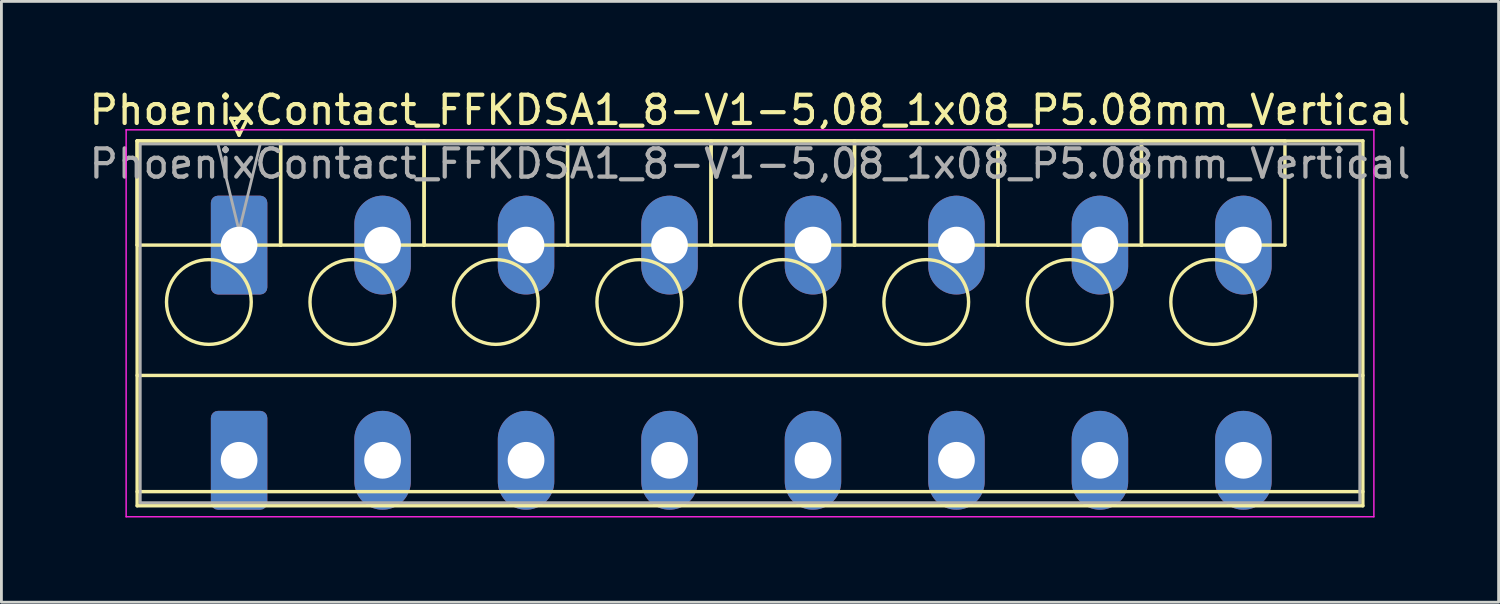
<source format=kicad_pcb>
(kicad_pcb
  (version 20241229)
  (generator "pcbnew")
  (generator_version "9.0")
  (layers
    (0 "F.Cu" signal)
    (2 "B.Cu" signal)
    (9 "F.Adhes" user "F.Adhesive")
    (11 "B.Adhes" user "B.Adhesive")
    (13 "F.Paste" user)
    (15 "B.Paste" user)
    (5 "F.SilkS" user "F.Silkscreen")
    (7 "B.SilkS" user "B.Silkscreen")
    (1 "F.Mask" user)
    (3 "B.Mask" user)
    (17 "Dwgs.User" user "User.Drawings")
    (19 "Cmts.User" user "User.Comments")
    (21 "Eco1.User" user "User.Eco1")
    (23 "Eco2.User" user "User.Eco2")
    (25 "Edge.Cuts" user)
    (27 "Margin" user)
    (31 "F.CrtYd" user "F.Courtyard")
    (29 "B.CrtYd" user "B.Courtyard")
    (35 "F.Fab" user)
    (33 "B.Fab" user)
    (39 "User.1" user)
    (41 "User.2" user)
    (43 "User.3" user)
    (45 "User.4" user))
  (footprint "PhoenixContact_FFKDSA1_8-V1-5,08_1x08_P5.08mm_Vertical"
    (layer "F.Cu")
    (at 5.416 5.628)
    (property "Reference" "PhoenixContact_FFKDSA1_8-V1-5,08_1x08_P5.08mm_Vertical" (at 18.09 -4.78 0) (layer "F.SilkS") (effects (font (size 1 1) (thickness 0.15))))
    (attr through_hole)
    (fp_line (start -3.61 -3.69) (end -3.61 0) (stroke (width 0.12) (type solid)) (layer "F.SilkS"))
    (fp_line (start -3.61 -3.69) (end -3.61 9.23) (stroke (width 0.12) (type solid)) (layer "F.SilkS"))
    (fp_line (start -3.61 0) (end 1.47 0) (stroke (width 0.12) (type solid)) (layer "F.SilkS"))
    (fp_line (start -3.61 4.615) (end 39.79 4.615) (stroke (width 0.12) (type solid)) (layer "F.SilkS"))
    (fp_line (start -3.61 8.73) (end 39.79 8.73) (stroke (width 0.12) (type solid)) (layer "F.SilkS"))
    (fp_line (start -3.61 9.23) (end 39.79 9.23) (stroke (width 0.12) (type solid)) (layer "F.SilkS"))
    (fp_line (start -0.3 -4.49) (end 0.3 -4.49) (stroke (width 0.12) (type solid)) (layer "F.SilkS"))
    (fp_line (start 0 -3.89) (end -0.3 -4.49) (stroke (width 0.12) (type solid)) (layer "F.SilkS"))
    (fp_line (start 0.3 -4.49) (end 0 -3.89) (stroke (width 0.12) (type solid)) (layer "F.SilkS"))
    (fp_line (start 1.47 -3.69) (end -3.61 -3.69) (stroke (width 0.12) (type solid)) (layer "F.SilkS"))
    (fp_line (start 1.47 -3.69) (end 1.47 0) (stroke (width 0.12) (type solid)) (layer "F.SilkS"))
    (fp_line (start 1.47 0) (end 1.47 -3.69) (stroke (width 0.12) (type solid)) (layer "F.SilkS"))
    (fp_line (start 1.47 0) (end 6.55 0) (stroke (width 0.12) (type solid)) (layer "F.SilkS"))
    (fp_line (start 6.55 -3.69) (end 1.47 -3.69) (stroke (width 0.12) (type solid)) (layer "F.SilkS"))
    (fp_line (start 6.55 -3.69) (end 6.55 0) (stroke (width 0.12) (type solid)) (layer "F.SilkS"))
    (fp_line (start 6.55 0) (end 6.55 -3.69) (stroke (width 0.12) (type solid)) (layer "F.SilkS"))
    (fp_line (start 6.55 0) (end 11.63 0) (stroke (width 0.12) (type solid)) (layer "F.SilkS"))
    (fp_line (start 11.63 -3.69) (end 6.55 -3.69) (stroke (width 0.12) (type solid)) (layer "F.SilkS"))
    (fp_line (start 11.63 -3.69) (end 11.63 0) (stroke (width 0.12) (type solid)) (layer "F.SilkS"))
    (fp_line (start 11.63 0) (end 11.63 -3.69) (stroke (width 0.12) (type solid)) (layer "F.SilkS"))
    (fp_line (start 11.63 0) (end 16.71 0) (stroke (width 0.12) (type solid)) (layer "F.SilkS"))
    (fp_line (start 16.71 -3.69) (end 11.63 -3.69) (stroke (width 0.12) (type solid)) (layer "F.SilkS"))
    (fp_line (start 16.71 -3.69) (end 16.71 0) (stroke (width 0.12) (type solid)) (layer "F.SilkS"))
    (fp_line (start 16.71 0) (end 16.71 -3.69) (stroke (width 0.12) (type solid)) (layer "F.SilkS"))
    (fp_line (start 16.71 0) (end 21.79 0) (stroke (width 0.12) (type solid)) (layer "F.SilkS"))
    (fp_line (start 21.79 -3.69) (end 16.71 -3.69) (stroke (width 0.12) (type solid)) (layer "F.SilkS"))
    (fp_line (start 21.79 -3.69) (end 21.79 0) (stroke (width 0.12) (type solid)) (layer "F.SilkS"))
    (fp_line (start 21.79 0) (end 21.79 -3.69) (stroke (width 0.12) (type solid)) (layer "F.SilkS"))
    (fp_line (start 21.79 0) (end 26.87 0) (stroke (width 0.12) (type solid)) (layer "F.SilkS"))
    (fp_line (start 26.87 -3.69) (end 21.79 -3.69) (stroke (width 0.12) (type solid)) (layer "F.SilkS"))
    (fp_line (start 26.87 -3.69) (end 26.87 0) (stroke (width 0.12) (type solid)) (layer "F.SilkS"))
    (fp_line (start 26.87 0) (end 26.87 -3.69) (stroke (width 0.12) (type solid)) (layer "F.SilkS"))
    (fp_line (start 26.87 0) (end 31.95 0) (stroke (width 0.12) (type solid)) (layer "F.SilkS"))
    (fp_line (start 31.95 -3.69) (end 26.87 -3.69) (stroke (width 0.12) (type solid)) (layer "F.SilkS"))
    (fp_line (start 31.95 -3.69) (end 31.95 0) (stroke (width 0.12) (type solid)) (layer "F.SilkS"))
    (fp_line (start 31.95 0) (end 31.95 -3.69) (stroke (width 0.12) (type solid)) (layer "F.SilkS"))
    (fp_line (start 31.95 0) (end 37.03 0) (stroke (width 0.12) (type solid)) (layer "F.SilkS"))
    (fp_line (start 37.03 -3.69) (end 31.95 -3.69) (stroke (width 0.12) (type solid)) (layer "F.SilkS"))
    (fp_line (start 37.03 0) (end 37.03 -3.69) (stroke (width 0.12) (type solid)) (layer "F.SilkS"))
    (fp_line (start 39.79 -3.69) (end -3.61 -3.69) (stroke (width 0.12) (type solid)) (layer "F.SilkS"))
    (fp_line (start 39.79 9.23) (end 39.79 -3.69) (stroke (width 0.12) (type solid)) (layer "F.SilkS"))
    (fp_circle (center -1.07 2.015) (end 0.43 2.015) (stroke (width 0.12) (type solid)) (fill no) (layer "F.SilkS"))
    (fp_circle (center 4.01 2.015) (end 5.51 2.015) (stroke (width 0.12) (type solid)) (fill no) (layer "F.SilkS"))
    (fp_circle (center 9.09 2.015) (end 10.59 2.015) (stroke (width 0.12) (type solid)) (fill no) (layer "F.SilkS"))
    (fp_circle (center 14.17 2.015) (end 15.67 2.015) (stroke (width 0.12) (type solid)) (fill no) (layer "F.SilkS"))
    (fp_circle (center 19.25 2.015) (end 20.75 2.015) (stroke (width 0.12) (type solid)) (fill no) (layer "F.SilkS"))
    (fp_circle (center 24.33 2.015) (end 25.83 2.015) (stroke (width 0.12) (type solid)) (fill no) (layer "F.SilkS"))
    (fp_circle (center 29.41 2.015) (end 30.91 2.015) (stroke (width 0.12) (type solid)) (fill no) (layer "F.SilkS"))
    (fp_circle (center 34.49 2.015) (end 35.99 2.015) (stroke (width 0.12) (type solid)) (fill no) (layer "F.SilkS"))
    (fp_line (start -4 -4.08) (end -4 9.62) (stroke (width 0.05) (type solid)) (layer "F.CrtYd"))
    (fp_line (start -4 9.62) (end 40.18 9.62) (stroke (width 0.05) (type solid)) (layer "F.CrtYd"))
    (fp_line (start 40.18 -4.08) (end -4 -4.08) (stroke (width 0.05) (type solid)) (layer "F.CrtYd"))
    (fp_line (start 40.18 9.62) (end 40.18 -4.08) (stroke (width 0.05) (type solid)) (layer "F.CrtYd"))
    (fp_line (start -3.5 -3.58) (end -3.5 9.12) (stroke (width 0.1) (type solid)) (layer "F.Fab"))
    (fp_line (start -3.5 9.12) (end 39.68 9.12) (stroke (width 0.1) (type solid)) (layer "F.Fab"))
    (fp_line (start 0 -0.5) (end -0.75 -3.58) (stroke (width 0.1) (type solid)) (layer "F.Fab"))
    (fp_line (start 0.75 -3.58) (end 0 -0.5) (stroke (width 0.1) (type solid)) (layer "F.Fab"))
    (fp_line (start 39.68 -3.58) (end -3.5 -3.58) (stroke (width 0.1) (type solid)) (layer "F.Fab"))
    (fp_line (start 39.68 9.12) (end 39.68 -3.58) (stroke (width 0.1) (type solid)) (layer "F.Fab"))
    (fp_text user "${REFERENCE}" (at 18.09 -2.88 0) (layer "F.Fab") (effects (font (size 1 1) (thickness 0.15))))
    (pad "1" thru_hole roundrect (at 0 0) (size 2 3.5) (drill 1.3) (layers "*.Cu" "*.Mask") (roundrect_rratio 0.125))
    (pad "1" thru_hole roundrect (at 0 7.62) (size 2 3.5) (drill 1.3) (layers "*.Cu" "*.Mask") (roundrect_rratio 0.125))
    (pad "2" thru_hole oval (at 5.08 0) (size 2 3.5) (drill 1.3) (layers "*.Cu" "*.Mask"))
    (pad "2" thru_hole oval (at 5.08 7.62) (size 2 3.5) (drill 1.3) (layers "*.Cu" "*.Mask"))
    (pad "3" thru_hole oval (at 10.16 0) (size 2 3.5) (drill 1.3) (layers "*.Cu" "*.Mask"))
    (pad "3" thru_hole oval (at 10.16 7.62) (size 2 3.5) (drill 1.3) (layers "*.Cu" "*.Mask"))
    (pad "4" thru_hole oval (at 15.24 0) (size 2 3.5) (drill 1.3) (layers "*.Cu" "*.Mask"))
    (pad "4" thru_hole oval (at 15.24 7.62) (size 2 3.5) (drill 1.3) (layers "*.Cu" "*.Mask"))
    (pad "5" thru_hole oval (at 20.32 0) (size 2 3.5) (drill 1.3) (layers "*.Cu" "*.Mask"))
    (pad "5" thru_hole oval (at 20.32 7.62) (size 2 3.5) (drill 1.3) (layers "*.Cu" "*.Mask"))
    (pad "6" thru_hole oval (at 25.4 0) (size 2 3.5) (drill 1.3) (layers "*.Cu" "*.Mask"))
    (pad "6" thru_hole oval (at 25.4 7.62) (size 2 3.5) (drill 1.3) (layers "*.Cu" "*.Mask"))
    (pad "7" thru_hole oval (at 30.48 0) (size 2 3.5) (drill 1.3) (layers "*.Cu" "*.Mask"))
    (pad "7" thru_hole oval (at 30.48 7.62) (size 2 3.5) (drill 1.3) (layers "*.Cu" "*.Mask"))
    (pad "8" thru_hole oval (at 35.56 0) (size 2 3.5) (drill 1.3) (layers "*.Cu" "*.Mask"))
    (pad "8" thru_hole oval (at 35.56 7.62) (size 2 3.5) (drill 1.3) (layers "*.Cu" "*.Mask")))
  (gr_rect
    (start -3 -3)
    (end 50.012 18.273)
    (stroke (width 0.1) (type default))
    (fill no)
    (layer "Edge.Cuts")))
</source>
